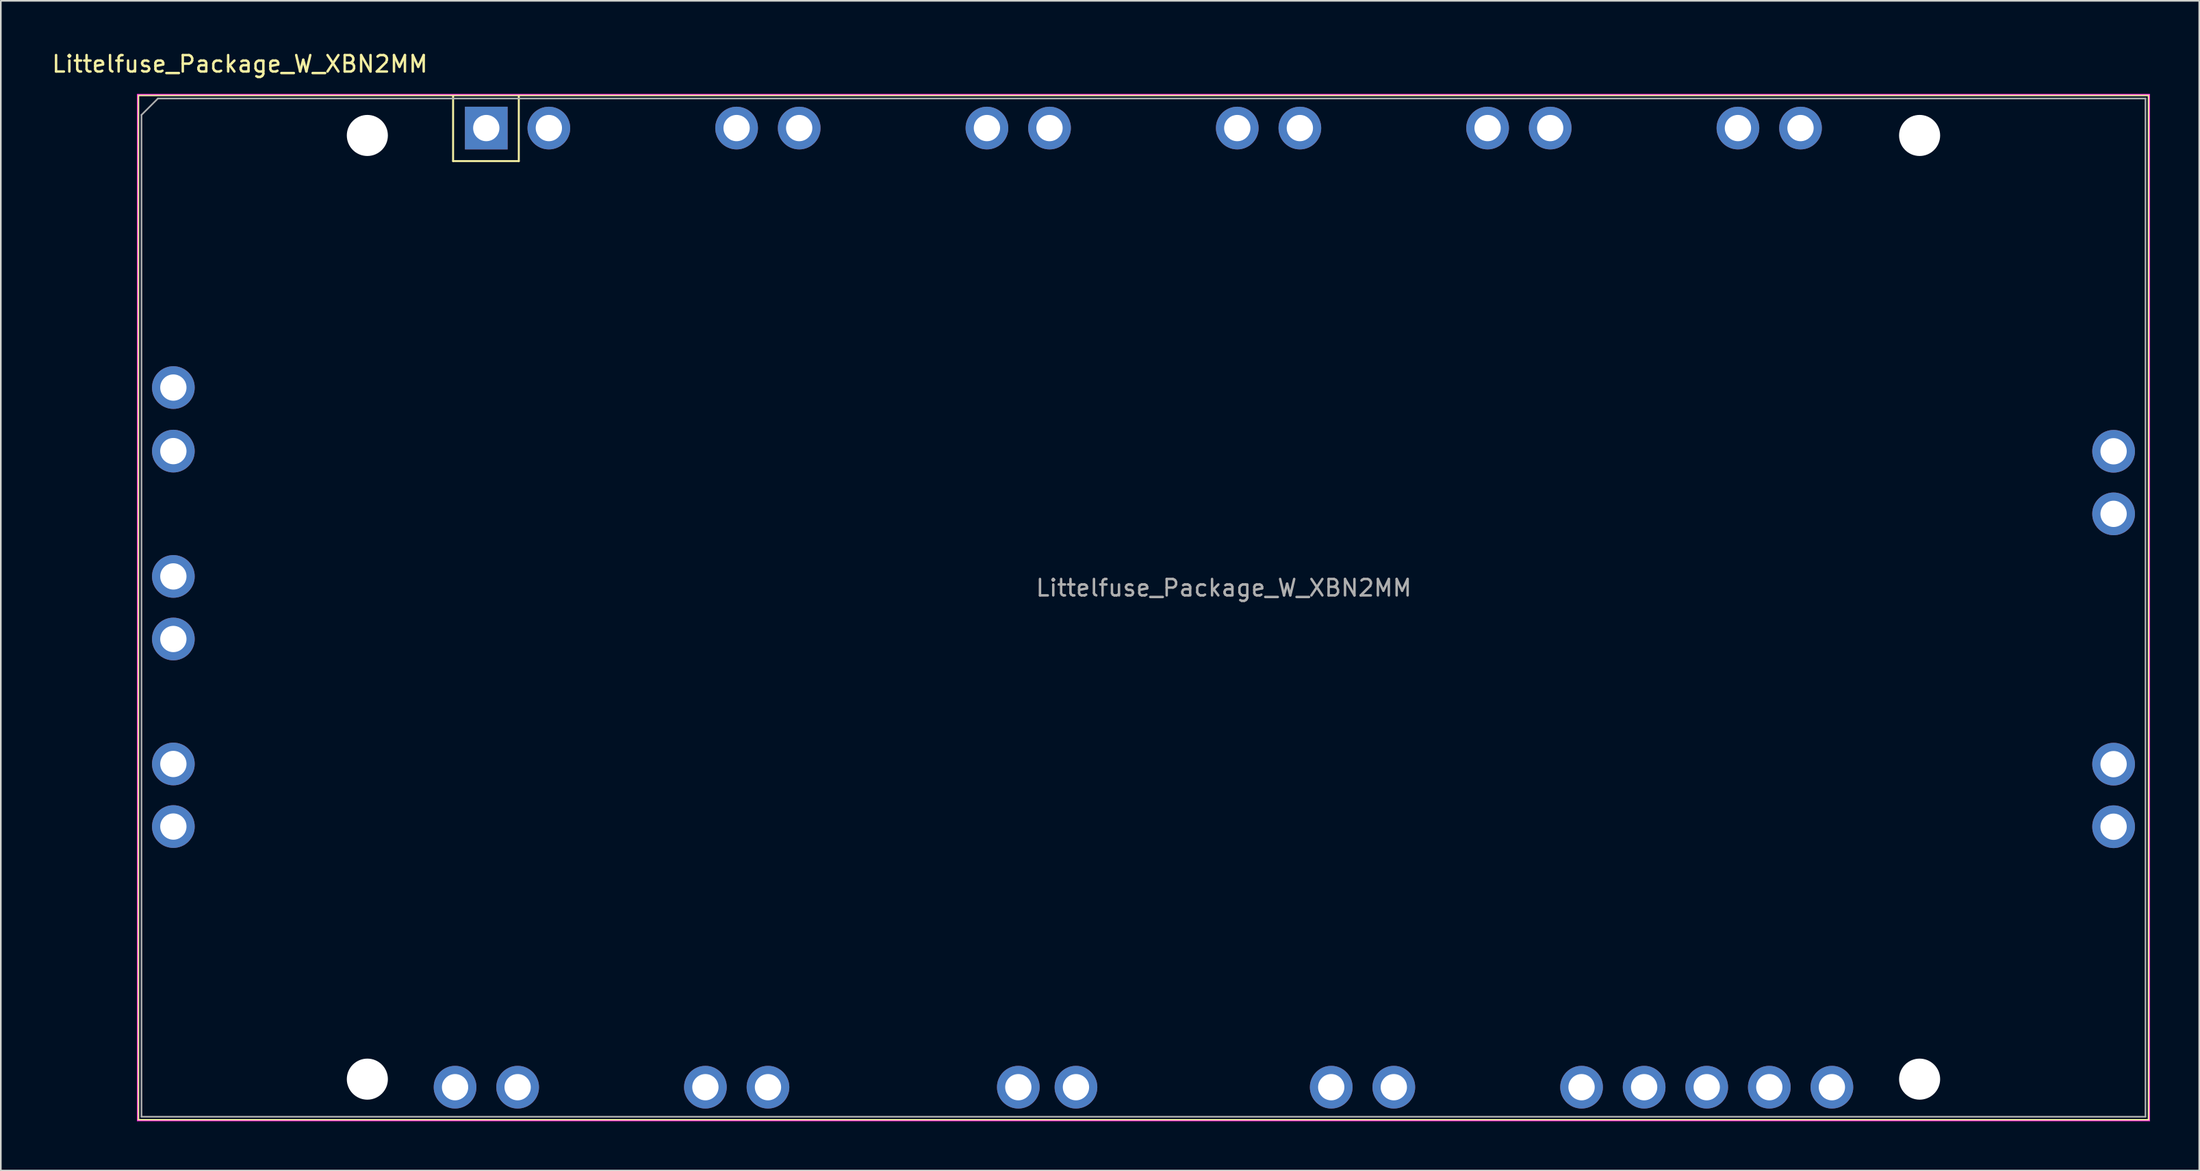
<source format=kicad_pcb>
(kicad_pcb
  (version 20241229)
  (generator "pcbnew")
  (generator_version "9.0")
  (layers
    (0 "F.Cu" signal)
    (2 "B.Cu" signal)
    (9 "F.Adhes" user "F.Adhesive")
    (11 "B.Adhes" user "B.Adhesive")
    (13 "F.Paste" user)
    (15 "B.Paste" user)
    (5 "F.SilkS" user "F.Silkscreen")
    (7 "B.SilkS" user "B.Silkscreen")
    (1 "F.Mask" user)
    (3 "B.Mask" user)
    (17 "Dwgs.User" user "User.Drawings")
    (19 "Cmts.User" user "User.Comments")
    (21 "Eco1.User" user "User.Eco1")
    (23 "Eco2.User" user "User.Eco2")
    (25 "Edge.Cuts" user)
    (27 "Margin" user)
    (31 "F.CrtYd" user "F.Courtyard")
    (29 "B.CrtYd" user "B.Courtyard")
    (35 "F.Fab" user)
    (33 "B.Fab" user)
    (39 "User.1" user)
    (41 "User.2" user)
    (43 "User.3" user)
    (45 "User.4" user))
  (footprint "Littelfuse_Package_W_XBN2MM"
    (layer "F.Cu")
    (at 26.554 4.748)
    (property "Reference" "Littelfuse_Package_W_XBN2MM" (at -15 -3.9 180) (layer "F.SilkS") (effects (font (size 1 1) (thickness 0.15))))
    (attr through_hole)
    (fp_line (start -21.19 -2) (end 101.21 -2) (stroke (width 0.12) (type solid)) (layer "F.SilkS"))
    (fp_line (start -21.19 60.4) (end -21.19 -2) (stroke (width 0.12) (type solid)) (layer "F.SilkS"))
    (fp_line (start -2.02 -1.99) (end -2.02 2.01) (stroke (width 0.12) (type solid)) (layer "F.SilkS"))
    (fp_line (start -2.02 2.01) (end 1.98 2.01) (stroke (width 0.12) (type solid)) (layer "F.SilkS"))
    (fp_line (start 1.98 2.01) (end 1.98 -1.99) (stroke (width 0.12) (type solid)) (layer "F.SilkS"))
    (fp_line (start 101.21 -2) (end 101.21 60.4) (stroke (width 0.12) (type solid)) (layer "F.SilkS"))
    (fp_line (start 101.21 60.4) (end -21.19 60.4) (stroke (width 0.12) (type solid)) (layer "F.SilkS"))
    (fp_line (start -21.24 -2.05) (end -21.24 60.45) (stroke (width 0.05) (type solid)) (layer "F.CrtYd"))
    (fp_line (start -21.24 60.45) (end 101.26 60.45) (stroke (width 0.05) (type solid)) (layer "F.CrtYd"))
    (fp_line (start 101.26 -2.05) (end -21.24 -2.05) (stroke (width 0.05) (type solid)) (layer "F.CrtYd"))
    (fp_line (start 101.26 60.45) (end 101.26 -2.05) (stroke (width 0.05) (type solid)) (layer "F.CrtYd"))
    (fp_line (start -20.99 60.2) (end -20.99 -0.8) (stroke (width 0.1) (type solid)) (layer "F.Fab"))
    (fp_line (start -19.99 -1.8) (end -20.99 -0.8) (stroke (width 0.1) (type solid)) (layer "F.Fab"))
    (fp_line (start -19.99 -1.8) (end 101.01 -1.8) (stroke (width 0.1) (type solid)) (layer "F.Fab"))
    (fp_line (start 101.01 -1.8) (end 101.01 60.2) (stroke (width 0.1) (type solid)) (layer "F.Fab"))
    (fp_line (start 101.01 60.2) (end -20.99 60.2) (stroke (width 0.1) (type solid)) (layer "F.Fab"))
    (fp_text user "${REFERENCE}" (at 44.9 28 180) (layer "F.Fab") (effects (font (size 1 1) (thickness 0.15))))
    (pad "" np_thru_hole circle (at -7.24 0.45) (size 2.5 2.5) (drill 2.5) (layers "*.Cu" "*.Mask"))
    (pad "" np_thru_hole circle (at -7.24 57.91) (size 2.5 2.5) (drill 2.5) (layers "*.Cu" "*.Mask"))
    (pad "" np_thru_hole circle (at 87.26 0.45) (size 2.5 2.5) (drill 2.5) (layers "*.Cu" "*.Mask"))
    (pad "" np_thru_hole circle (at 87.26 57.91) (size 2.5 2.5) (drill 2.5) (layers "*.Cu" "*.Mask"))
    (pad "1" thru_hole rect (at 0 0) (size 2.6 2.6) (drill 1.6) (layers "*.Cu" "*.Mask"))
    (pad "1" thru_hole circle (at 3.81 0) (size 2.6 2.6) (drill 1.6) (layers "*.Cu" "*.Mask"))
    (pad "2" thru_hole circle (at 15.24 0) (size 2.6 2.6) (drill 1.6) (layers "*.Cu" "*.Mask"))
    (pad "2" thru_hole circle (at 19.05 0) (size 2.6 2.6) (drill 1.6) (layers "*.Cu" "*.Mask"))
    (pad "3" thru_hole circle (at 30.48 0) (size 2.6 2.6) (drill 1.6) (layers "*.Cu" "*.Mask"))
    (pad "3" thru_hole circle (at 34.29 0) (size 2.6 2.6) (drill 1.6) (layers "*.Cu" "*.Mask"))
    (pad "4" thru_hole circle (at 45.72 0) (size 2.6 2.6) (drill 1.6) (layers "*.Cu" "*.Mask"))
    (pad "4" thru_hole circle (at 49.53 0) (size 2.6 2.6) (drill 1.6) (layers "*.Cu" "*.Mask"))
    (pad "5" thru_hole circle (at 60.96 0) (size 2.6 2.6) (drill 1.6) (layers "*.Cu" "*.Mask"))
    (pad "5" thru_hole circle (at 64.77 0) (size 2.6 2.6) (drill 1.6) (layers "*.Cu" "*.Mask"))
    (pad "6" thru_hole circle (at 76.2 0) (size 2.6 2.6) (drill 1.6) (layers "*.Cu" "*.Mask"))
    (pad "6" thru_hole circle (at 80.01 0) (size 2.6 2.6) (drill 1.6) (layers "*.Cu" "*.Mask"))
    (pad "7" thru_hole circle (at 99.07 19.68) (size 2.6 2.6) (drill 1.6) (layers "*.Cu" "*.Mask"))
    (pad "7" thru_hole circle (at 99.07 23.49) (size 2.6 2.6) (drill 1.6) (layers "*.Cu" "*.Mask"))
    (pad "8" thru_hole circle (at 99.07 38.73) (size 2.6 2.6) (drill 1.6) (layers "*.Cu" "*.Mask"))
    (pad "9" thru_hole circle (at 99.07 42.54) (size 2.6 2.6) (drill 1.6) (layers "*.Cu" "*.Mask"))
    (pad "10" thru_hole circle (at 81.92 58.4) (size 2.6 2.6) (drill 1.6) (layers "*.Cu" "*.Mask"))
    (pad "11" thru_hole circle (at 78.11 58.4) (size 2.6 2.6) (drill 1.6) (layers "*.Cu" "*.Mask"))
    (pad "12" thru_hole circle (at 74.3 58.4) (size 2.6 2.6) (drill 1.6) (layers "*.Cu" "*.Mask"))
    (pad "13" thru_hole circle (at 70.49 58.4) (size 2.6 2.6) (drill 1.6) (layers "*.Cu" "*.Mask"))
    (pad "14" thru_hole circle (at 66.68 58.4) (size 2.6 2.6) (drill 1.6) (layers "*.Cu" "*.Mask"))
    (pad "15" thru_hole circle (at 55.25 58.4) (size 2.6 2.6) (drill 1.6) (layers "*.Cu" "*.Mask"))
    (pad "16" thru_hole circle (at 51.44 58.4) (size 2.6 2.6) (drill 1.6) (layers "*.Cu" "*.Mask"))
    (pad "17" thru_hole circle (at 35.9 58.4) (size 2.6 2.6) (drill 1.6) (layers "*.Cu" "*.Mask"))
    (pad "18" thru_hole circle (at 32.39 58.4) (size 2.6 2.6) (drill 1.6) (layers "*.Cu" "*.Mask"))
    (pad "19" thru_hole circle (at 17.15 58.4) (size 2.6 2.6) (drill 1.6) (layers "*.Cu" "*.Mask"))
    (pad "20" thru_hole circle (at 13.34 58.4) (size 2.6 2.6) (drill 1.6) (layers "*.Cu" "*.Mask"))
    (pad "21" thru_hole circle (at -1.9 58.4) (size 2.6 2.6) (drill 1.6) (layers "*.Cu" "*.Mask"))
    (pad "21" thru_hole circle (at 1.91 58.4) (size 2.6 2.6) (drill 1.6) (layers "*.Cu" "*.Mask"))
    (pad "22" thru_hole circle (at -19.05 38.72) (size 2.6 2.6) (drill 1.6) (layers "*.Cu" "*.Mask"))
    (pad "22" thru_hole circle (at -19.05 42.53) (size 2.6 2.6) (drill 1.6) (layers "*.Cu" "*.Mask"))
    (pad "23" thru_hole circle (at -19.05 27.3) (size 2.6 2.6) (drill 1.6) (layers "*.Cu" "*.Mask"))
    (pad "23" thru_hole circle (at -19.05 31.11) (size 2.6 2.6) (drill 1.6) (layers "*.Cu" "*.Mask"))
    (pad "24" thru_hole circle (at -19.05 15.8) (size 2.6 2.6) (drill 1.6) (layers "*.Cu" "*.Mask"))
    (pad "24" thru_hole circle (at -19.05 19.67) (size 2.6 2.6) (drill 1.6) (layers "*.Cu" "*.Mask"))
    (zone (net_name "") (layers "F.Cu" "B.Cu") (name "MH") (hatch full 0.508) (connect_pads) (min_thickness 0.254) (filled_areas_thickness no) (keepout (tracks not_allowed) (vias not_allowed) (pads not_allowed) (copperpour not_allowed) (footprints not_allowed)) (placement (enabled no)) (fill) (polygon (pts (xy 17.069 8.948) (xy 17.049 8.488) (xy 16.991 8.03) (xy 16.896 7.579) (xy 16.762 7.138) (xy 16.593 6.709) (xy 16.388 6.296) (xy 16.149 5.902) (xy 15.878 5.529) (xy 15.577 5.18) (xy 15.247 4.857) (xy 14.892 4.563) (xy 14.513 4.3) (xy 14.114 4.07) (xy 13.697 3.873) (xy 13.265 3.713) (xy 12.821 3.589) (xy 12.368 3.502) (xy 11.909 3.454) (xy 11.448 3.444) (xy 10.988 3.473) (xy 10.532 3.541) (xy 10.083 3.646) (xy 9.645 3.789) (xy 9.22 3.967) (xy 8.811 4.181) (xy 8.422 4.428) (xy 8.055 4.707) (xy 7.712 5.015) (xy 7.396 5.351) (xy 7.11 5.713) (xy 6.855 6.097) (xy 6.633 6.501) (xy 6.445 6.922) (xy 6.294 7.357) (xy 6.179 7.804) (xy 6.102 8.258) (xy 6.063 8.718) (xy 6.063 9.179) (xy 6.102 9.638) (xy 6.179 10.093) (xy 6.294 10.539) (xy 6.445 10.975) (xy 6.633 11.396) (xy 6.855 11.8) (xy 7.11 12.184) (xy 7.396 12.545) (xy 7.712 12.881) (xy 8.055 13.19) (xy 8.422 13.469) (xy 8.811 13.716) (xy 9.22 13.929) (xy 9.645 14.108) (xy 10.083 14.25) (xy 10.532 14.356) (xy 10.988 14.423) (xy 11.448 14.452) (xy 11.909 14.442) (xy 12.368 14.394) (xy 12.821 14.308) (xy 13.265 14.184) (xy 13.697 14.023) (xy 14.114 13.827) (xy 14.513 13.596) (xy 14.892 13.333) (xy 15.247 13.039) (xy 15.577 12.717) (xy 15.878 12.368) (xy 16.149 11.995) (xy 16.388 11.6) (xy 16.593 11.187) (xy 16.762 10.759) (xy 16.896 10.317) (xy 16.991 9.866) (xy 17.049 9.409))))
    (zone (net_name "") (layers "F.Cu" "B.Cu") (name "MH") (hatch full 0.508) (connect_pads) (min_thickness 0.254) (filled_areas_thickness no) (keepout (tracks not_allowed) (vias not_allowed) (pads not_allowed) (copperpour not_allowed) (footprints not_allowed)) (placement (enabled no)) (fill) (polygon (pts (xy 17.069 58.948) (xy 17.049 58.488) (xy 16.991 58.03) (xy 16.896 57.579) (xy 16.762 57.138) (xy 16.593 56.709) (xy 16.388 56.296) (xy 16.149 55.902) (xy 15.878 55.529) (xy 15.577 55.18) (xy 15.247 54.857) (xy 14.892 54.563) (xy 14.513 54.3) (xy 14.114 54.07) (xy 13.697 53.873) (xy 13.265 53.713) (xy 12.821 53.589) (xy 12.368 53.502) (xy 11.909 53.454) (xy 11.448 53.444) (xy 10.988 53.473) (xy 10.532 53.541) (xy 10.083 53.646) (xy 9.645 53.789) (xy 9.22 53.967) (xy 8.811 54.181) (xy 8.422 54.428) (xy 8.055 54.707) (xy 7.712 55.015) (xy 7.396 55.351) (xy 7.11 55.713) (xy 6.855 56.097) (xy 6.633 56.501) (xy 6.445 56.922) (xy 6.294 57.357) (xy 6.179 57.804) (xy 6.102 58.258) (xy 6.063 58.718) (xy 6.063 59.179) (xy 6.102 59.638) (xy 6.179 60.093) (xy 6.294 60.539) (xy 6.445 60.975) (xy 6.633 61.396) (xy 6.855 61.8) (xy 7.11 62.184) (xy 7.396 62.545) (xy 7.712 62.881) (xy 8.055 63.19) (xy 8.422 63.469) (xy 8.811 63.716) (xy 9.22 63.929) (xy 9.645 64.108) (xy 10.083 64.25) (xy 10.532 64.356) (xy 10.988 64.423) (xy 11.448 64.452) (xy 11.909 64.442) (xy 12.368 64.394) (xy 12.821 64.308) (xy 13.265 64.184) (xy 13.697 64.023) (xy 14.114 63.827) (xy 14.513 63.596) (xy 14.892 63.333) (xy 15.247 63.039) (xy 15.577 62.717) (xy 15.878 62.368) (xy 16.149 61.995) (xy 16.388 61.6) (xy 16.593 61.187) (xy 16.762 60.759) (xy 16.896 60.317) (xy 16.991 59.866) (xy 17.049 59.409))))
    (zone (net_name "") (layers "F.Cu" "B.Cu") (name "MH") (hatch full 0.508) (connect_pads) (min_thickness 0.254) (filled_areas_thickness no) (keepout (tracks not_allowed) (vias not_allowed) (pads not_allowed) (copperpour not_allowed) (footprints not_allowed)) (placement (enabled no)) (fill) (polygon (pts (xy 127.069 8.948) (xy 127.049 8.488) (xy 126.991 8.03) (xy 126.896 7.579) (xy 126.762 7.138) (xy 126.593 6.709) (xy 126.388 6.296) (xy 126.149 5.902) (xy 125.878 5.529) (xy 125.577 5.18) (xy 125.247 4.857) (xy 124.892 4.563) (xy 124.513 4.3) (xy 124.114 4.07) (xy 123.697 3.873) (xy 123.265 3.713) (xy 122.821 3.589) (xy 122.368 3.502) (xy 121.909 3.454) (xy 121.448 3.444) (xy 120.988 3.473) (xy 120.532 3.541) (xy 120.083 3.646) (xy 119.645 3.789) (xy 119.22 3.967) (xy 118.811 4.181) (xy 118.422 4.428) (xy 118.055 4.707) (xy 117.712 5.015) (xy 117.396 5.351) (xy 117.11 5.713) (xy 116.855 6.097) (xy 116.633 6.501) (xy 116.445 6.922) (xy 116.294 7.357) (xy 116.179 7.804) (xy 116.102 8.258) (xy 116.063 8.718) (xy 116.063 9.179) (xy 116.102 9.638) (xy 116.179 10.093) (xy 116.294 10.539) (xy 116.445 10.975) (xy 116.633 11.396) (xy 116.855 11.8) (xy 117.11 12.184) (xy 117.396 12.545) (xy 117.712 12.881) (xy 118.055 13.19) (xy 118.422 13.469) (xy 118.811 13.716) (xy 119.22 13.929) (xy 119.645 14.108) (xy 120.083 14.25) (xy 120.532 14.356) (xy 120.988 14.423) (xy 121.448 14.452) (xy 121.909 14.442) (xy 122.368 14.394) (xy 122.821 14.308) (xy 123.265 14.184) (xy 123.697 14.023) (xy 124.114 13.827) (xy 124.513 13.596) (xy 124.892 13.333) (xy 125.247 13.039) (xy 125.577 12.717) (xy 125.878 12.368) (xy 126.149 11.995) (xy 126.388 11.6) (xy 126.593 11.187) (xy 126.762 10.759) (xy 126.896 10.317) (xy 126.991 9.866) (xy 127.049 9.409))))
    (zone (net_name "") (layers "F.Cu" "B.Cu") (name "MH") (hatch full 0.508) (connect_pads) (min_thickness 0.254) (filled_areas_thickness no) (keepout (tracks not_allowed) (vias not_allowed) (pads not_allowed) (copperpour not_allowed) (footprints not_allowed)) (placement (enabled no)) (fill) (polygon (pts (xy 127.069 58.948) (xy 127.049 58.488) (xy 126.991 58.03) (xy 126.896 57.579) (xy 126.762 57.138) (xy 126.593 56.709) (xy 126.388 56.296) (xy 126.149 55.902) (xy 125.878 55.529) (xy 125.577 55.18) (xy 125.247 54.857) (xy 124.892 54.563) (xy 124.513 54.3) (xy 124.114 54.07) (xy 123.697 53.873) (xy 123.265 53.713) (xy 122.821 53.589) (xy 122.368 53.502) (xy 121.909 53.454) (xy 121.448 53.444) (xy 120.988 53.473) (xy 120.532 53.541) (xy 120.083 53.646) (xy 119.645 53.789) (xy 119.22 53.967) (xy 118.811 54.181) (xy 118.422 54.428) (xy 118.055 54.707) (xy 117.712 55.015) (xy 117.396 55.351) (xy 117.11 55.713) (xy 116.855 56.097) (xy 116.633 56.501) (xy 116.445 56.922) (xy 116.294 57.357) (xy 116.179 57.804) (xy 116.102 58.258) (xy 116.063 58.718) (xy 116.063 59.179) (xy 116.102 59.638) (xy 116.179 60.093) (xy 116.294 60.539) (xy 116.445 60.975) (xy 116.633 61.396) (xy 116.855 61.8) (xy 117.11 62.184) (xy 117.396 62.545) (xy 117.712 62.881) (xy 118.055 63.19) (xy 118.422 63.469) (xy 118.811 63.716) (xy 119.22 63.929) (xy 119.645 64.108) (xy 120.083 64.25) (xy 120.532 64.356) (xy 120.988 64.423) (xy 121.448 64.452) (xy 121.909 64.442) (xy 122.368 64.394) (xy 122.821 64.308) (xy 123.265 64.184) (xy 123.697 64.023) (xy 124.114 63.827) (xy 124.513 63.596) (xy 124.892 63.333) (xy 125.247 63.039) (xy 125.577 62.717) (xy 125.878 62.368) (xy 126.149 61.995) (xy 126.388 61.6) (xy 126.593 61.187) (xy 126.762 60.759) (xy 126.896 60.317) (xy 126.991 59.866) (xy 127.049 59.409)))))
  (gr_rect
    (start -3 -3)
    (end 130.839 68.223)
    (stroke (width 0.1) (type default))
    (fill no)
    (layer "Edge.Cuts")))
</source>
